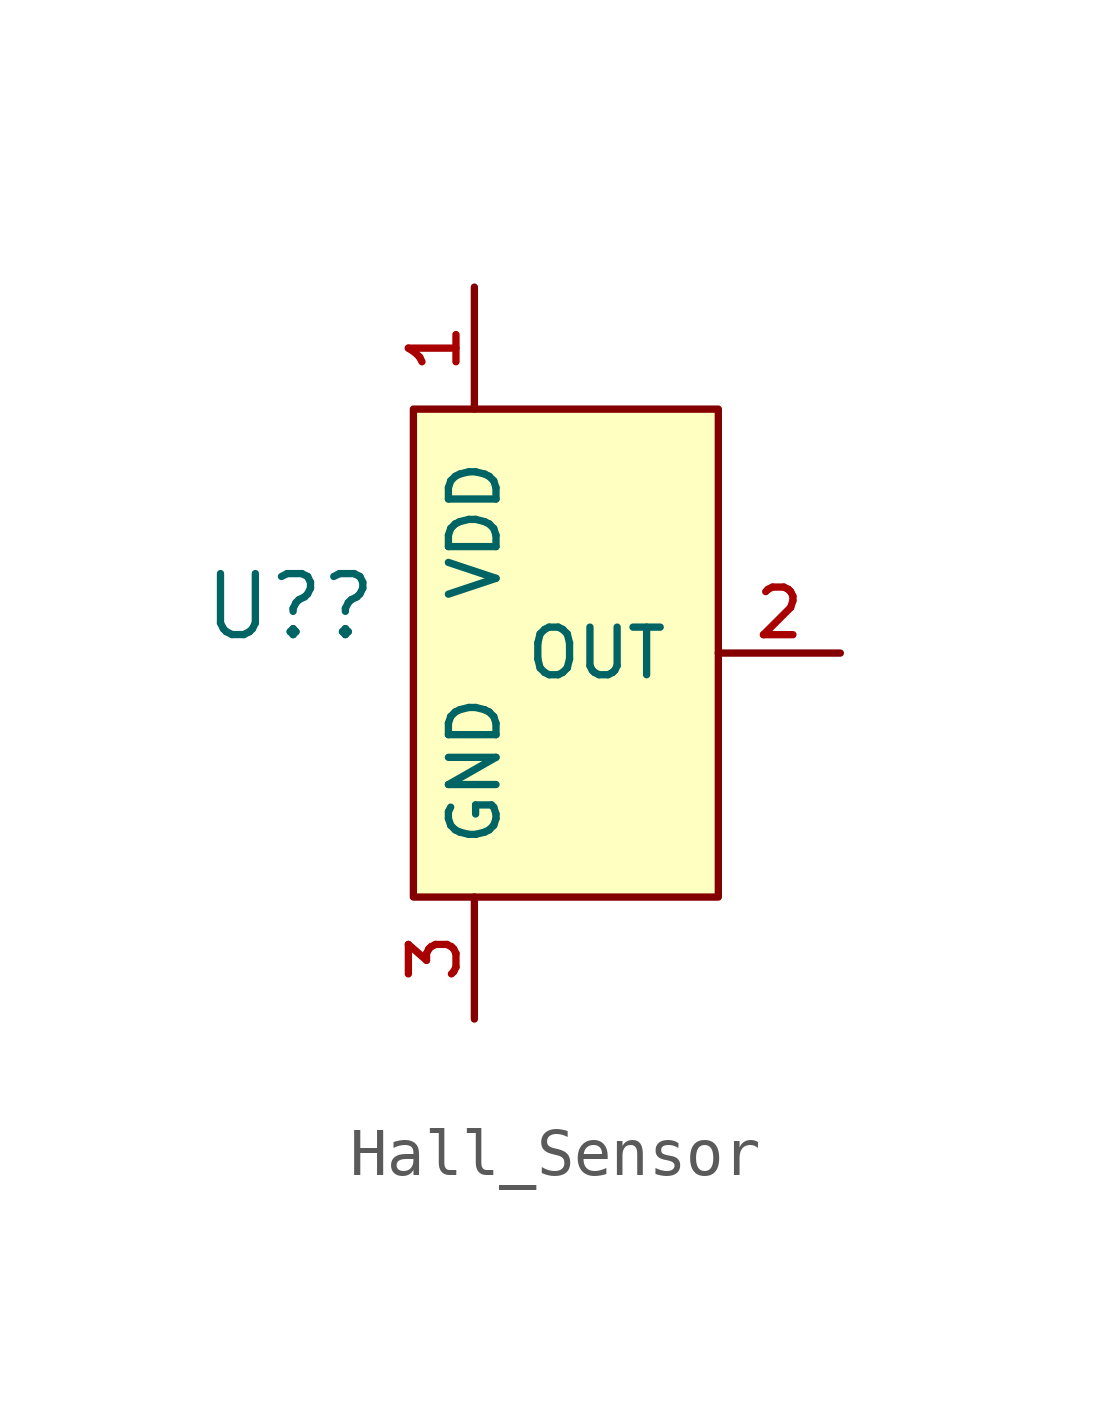
<source format=kicad_sym>
(kicad_symbol_lib
  (version 20211014)
  (generator kicad_symbol_editor)
  (symbol "Hall_Sensor"
    (pin_names
      (offset 1.016))
    (property "Reference" "U?"
      (at -4.521 0.965 0)
      (effects (font (size 1.27 1.27)) (justify right)))
    (symbol "Hall_Sensor_0_1"
      (rectangle (start -3.81 5.08) (end 2.54 -5.08) (stroke (width 0) (type default) (color 0 0 0 0)) (fill (type background))))
    (symbol "Hall_Sensor_1_1"
      (pin power_in line (at -2.54 7.62 270) (length 2.54) (name "VDD" (effects (font (size 0.991 0.991)))) (number "1" (effects (font (size 0.991 0.991)))))
      (pin output line (at 5.08 0 180) (length 2.54) (name "OUT" (effects (font (size 0.991 0.991)))) (number "2" (effects (font (size 0.991 0.991)))))
      (pin power_in line (at -2.54 -7.62 90) (length 2.54) (name "GND" (effects (font (size 0.991 0.991)))) (number "3" (effects (font (size 0.991 0.991))))))))
</source>
